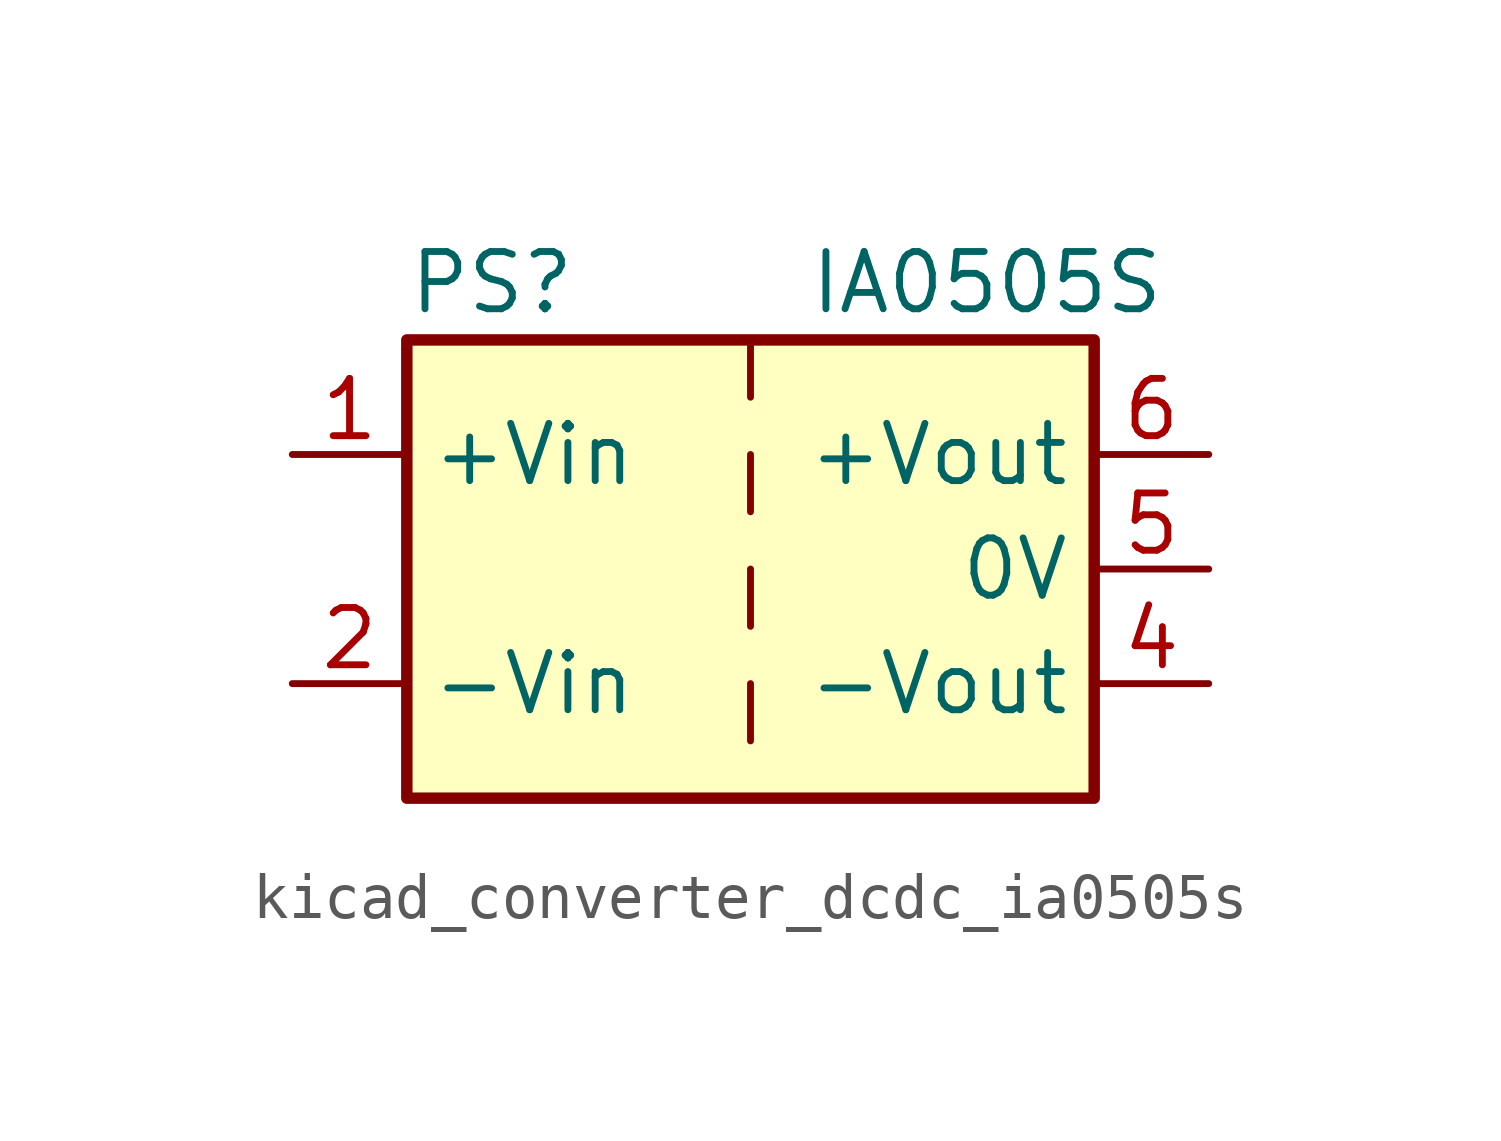
<source format=kicad_sym>
(kicad_symbol_lib
  (version 20220914)
  (generator kicad_symbol_editor)
  (symbol "kicad_converter_dcdc_ia0505s"
    (property "Reference" "PS"
      (at -7.62 6.35 0)
      (effects (font (size 1.27 1.27)) (justify left)))
    (property "Value" "IA0505S"
      (at 1.27 6.35 0)
      (effects (font (size 1.27 1.27)) (justify left)))
    (symbol "kicad_converter_dcdc_ia0505s_0_0"
      (pin power_in line (at -10.16 2.54 0) (length 2.54) (name "+Vin" (effects (font (size 1.27 1.27)))) (number "1" (effects (font (size 1.27 1.27)))))
      (pin power_in line (at -10.16 -2.54 0) (length 2.54) (name "-Vin" (effects (font (size 1.27 1.27)))) (number "2" (effects (font (size 1.27 1.27)))))
      (pin power_out line (at 10.16 -2.54 180) (length 2.54) (name "-Vout" (effects (font (size 1.27 1.27)))) (number "4" (effects (font (size 1.27 1.27)))))
      (pin power_out line (at 10.16 0 180) (length 2.54) (name "0V" (effects (font (size 1.27 1.27)))) (number "5" (effects (font (size 1.27 1.27)))))
      (pin power_out line (at 10.16 2.54 180) (length 2.54) (name "+Vout" (effects (font (size 1.27 1.27)))) (number "6" (effects (font (size 1.27 1.27))))))
    (symbol "kicad_converter_dcdc_ia0505s_0_1"
      (rectangle (start -7.62 5.08) (end 7.62 -5.08) (stroke (width 0.254) (type default)) (fill (type background)))
      (polyline (pts (xy 0 -2.54) (xy 0 -3.81)) (stroke (width 0) (type default)) (fill (type none)))
      (polyline (pts (xy 0 0) (xy 0 -1.27)) (stroke (width 0) (type default)) (fill (type none)))
      (polyline (pts (xy 0 2.54) (xy 0 1.27)) (stroke (width 0) (type default)) (fill (type none)))
      (polyline (pts (xy 0 5.08) (xy 0 3.81)) (stroke (width 0) (type default)) (fill (type none))))))
</source>
